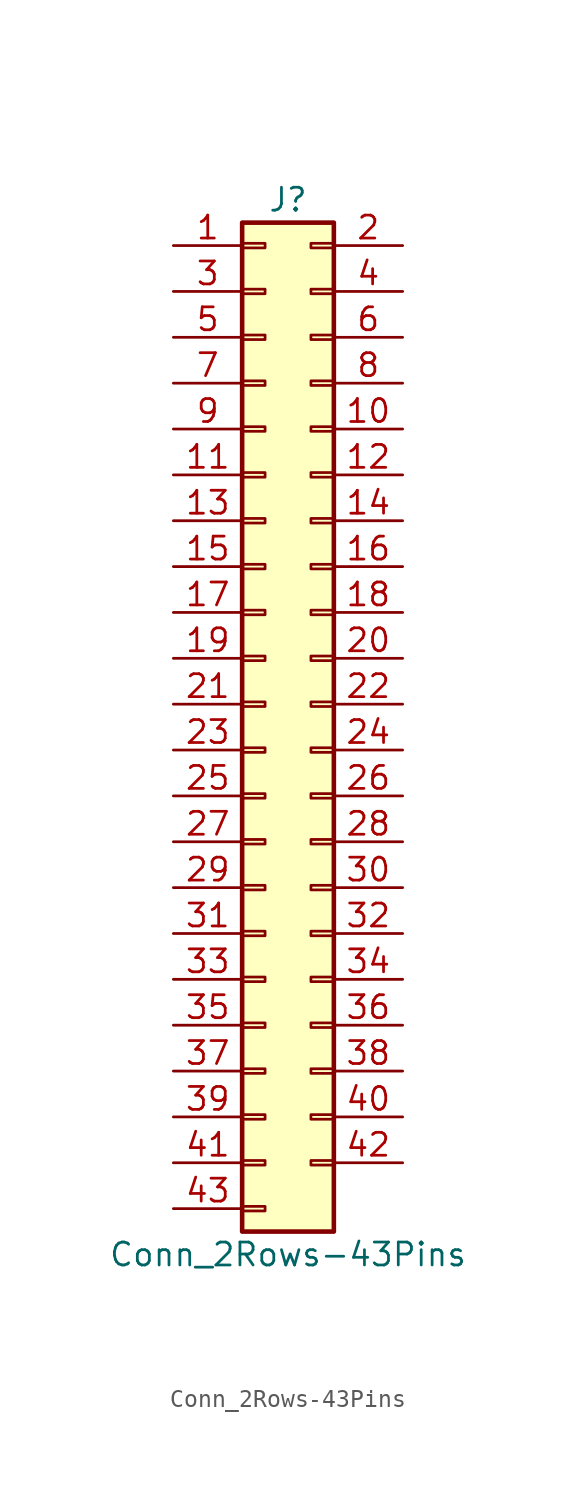
<source format=kicad_sym>
(kicad_symbol_lib
  (version 20220914)
  (generator kicad_symbol_editor)
  (symbol "Conn_2Rows-43Pins"
    (pin_names
      (offset 1.016) hide)
    (property "Reference" "J"
      (at 1.27 27.94 0)
      (effects (font (size 1.27 1.27))))
    (property "Value" "Conn_2Rows-43Pins"
      (at 1.27 -30.48 0)
      (effects (font (size 1.27 1.27))))
    (symbol "Conn_2Rows-43Pins_1_1"
      (rectangle (start -1.27 -27.813) (end 0 -28.067) (stroke (width 0.152) (type default)) (fill (type none)))
      (rectangle (start -1.27 -25.273) (end 0 -25.527) (stroke (width 0.152) (type default)) (fill (type none)))
      (rectangle (start -1.27 -22.733) (end 0 -22.987) (stroke (width 0.152) (type default)) (fill (type none)))
      (rectangle (start -1.27 -20.193) (end 0 -20.447) (stroke (width 0.152) (type default)) (fill (type none)))
      (rectangle (start -1.27 -17.653) (end 0 -17.907) (stroke (width 0.152) (type default)) (fill (type none)))
      (rectangle (start -1.27 -15.113) (end 0 -15.367) (stroke (width 0.152) (type default)) (fill (type none)))
      (rectangle (start -1.27 -12.573) (end 0 -12.827) (stroke (width 0.152) (type default)) (fill (type none)))
      (rectangle (start -1.27 -10.033) (end 0 -10.287) (stroke (width 0.152) (type default)) (fill (type none)))
      (rectangle (start -1.27 -7.493) (end 0 -7.747) (stroke (width 0.152) (type default)) (fill (type none)))
      (rectangle (start -1.27 -4.953) (end 0 -5.207) (stroke (width 0.152) (type default)) (fill (type none)))
      (rectangle (start -1.27 -2.413) (end 0 -2.667) (stroke (width 0.152) (type default)) (fill (type none)))
      (rectangle (start -1.27 0.127) (end 0 -0.127) (stroke (width 0.152) (type default)) (fill (type none)))
      (rectangle (start -1.27 2.667) (end 0 2.413) (stroke (width 0.152) (type default)) (fill (type none)))
      (rectangle (start -1.27 5.207) (end 0 4.953) (stroke (width 0.152) (type default)) (fill (type none)))
      (rectangle (start -1.27 7.747) (end 0 7.493) (stroke (width 0.152) (type default)) (fill (type none)))
      (rectangle (start -1.27 10.287) (end 0 10.033) (stroke (width 0.152) (type default)) (fill (type none)))
      (rectangle (start -1.27 12.827) (end 0 12.573) (stroke (width 0.152) (type default)) (fill (type none)))
      (rectangle (start -1.27 15.367) (end 0 15.113) (stroke (width 0.152) (type default)) (fill (type none)))
      (rectangle (start -1.27 17.907) (end 0 17.653) (stroke (width 0.152) (type default)) (fill (type none)))
      (rectangle (start -1.27 20.447) (end 0 20.193) (stroke (width 0.152) (type default)) (fill (type none)))
      (rectangle (start -1.27 22.987) (end 0 22.733) (stroke (width 0.152) (type default)) (fill (type none)))
      (rectangle (start -1.27 25.527) (end 0 25.273) (stroke (width 0.152) (type default)) (fill (type none)))
      (rectangle (start -1.27 26.67) (end 3.81 -29.21) (stroke (width 0.254) (type default)) (fill (type background)))
      (rectangle (start 3.81 -25.273) (end 2.54 -25.527) (stroke (width 0.152) (type default)) (fill (type none)))
      (rectangle (start 3.81 -22.733) (end 2.54 -22.987) (stroke (width 0.152) (type default)) (fill (type none)))
      (rectangle (start 3.81 -20.193) (end 2.54 -20.447) (stroke (width 0.152) (type default)) (fill (type none)))
      (rectangle (start 3.81 -17.653) (end 2.54 -17.907) (stroke (width 0.152) (type default)) (fill (type none)))
      (rectangle (start 3.81 -15.113) (end 2.54 -15.367) (stroke (width 0.152) (type default)) (fill (type none)))
      (rectangle (start 3.81 -12.573) (end 2.54 -12.827) (stroke (width 0.152) (type default)) (fill (type none)))
      (rectangle (start 3.81 -10.033) (end 2.54 -10.287) (stroke (width 0.152) (type default)) (fill (type none)))
      (rectangle (start 3.81 -7.493) (end 2.54 -7.747) (stroke (width 0.152) (type default)) (fill (type none)))
      (rectangle (start 3.81 -4.953) (end 2.54 -5.207) (stroke (width 0.152) (type default)) (fill (type none)))
      (rectangle (start 3.81 -2.413) (end 2.54 -2.667) (stroke (width 0.152) (type default)) (fill (type none)))
      (rectangle (start 3.81 0.127) (end 2.54 -0.127) (stroke (width 0.152) (type default)) (fill (type none)))
      (rectangle (start 3.81 2.667) (end 2.54 2.413) (stroke (width 0.152) (type default)) (fill (type none)))
      (rectangle (start 3.81 5.207) (end 2.54 4.953) (stroke (width 0.152) (type default)) (fill (type none)))
      (rectangle (start 3.81 7.747) (end 2.54 7.493) (stroke (width 0.152) (type default)) (fill (type none)))
      (rectangle (start 3.81 10.287) (end 2.54 10.033) (stroke (width 0.152) (type default)) (fill (type none)))
      (rectangle (start 3.81 12.827) (end 2.54 12.573) (stroke (width 0.152) (type default)) (fill (type none)))
      (rectangle (start 3.81 15.367) (end 2.54 15.113) (stroke (width 0.152) (type default)) (fill (type none)))
      (rectangle (start 3.81 17.907) (end 2.54 17.653) (stroke (width 0.152) (type default)) (fill (type none)))
      (rectangle (start 3.81 20.447) (end 2.54 20.193) (stroke (width 0.152) (type default)) (fill (type none)))
      (rectangle (start 3.81 22.987) (end 2.54 22.733) (stroke (width 0.152) (type default)) (fill (type none)))
      (rectangle (start 3.81 25.527) (end 2.54 25.273) (stroke (width 0.152) (type default)) (fill (type none)))
      (pin passive line (at -5.08 25.4 0) (length 3.81) (name "Pin_1" (effects (font (size 1.27 1.27)))) (number "1" (effects (font (size 1.27 1.27)))))
      (pin passive line (at 7.62 15.24 180) (length 3.81) (name "Pin_10" (effects (font (size 1.27 1.27)))) (number "10" (effects (font (size 1.27 1.27)))))
      (pin passive line (at -5.08 12.7 0) (length 3.81) (name "Pin_11" (effects (font (size 1.27 1.27)))) (number "11" (effects (font (size 1.27 1.27)))))
      (pin passive line (at 7.62 12.7 180) (length 3.81) (name "Pin_12" (effects (font (size 1.27 1.27)))) (number "12" (effects (font (size 1.27 1.27)))))
      (pin passive line (at -5.08 10.16 0) (length 3.81) (name "Pin_13" (effects (font (size 1.27 1.27)))) (number "13" (effects (font (size 1.27 1.27)))))
      (pin passive line (at 7.62 10.16 180) (length 3.81) (name "Pin_14" (effects (font (size 1.27 1.27)))) (number "14" (effects (font (size 1.27 1.27)))))
      (pin passive line (at -5.08 7.62 0) (length 3.81) (name "Pin_15" (effects (font (size 1.27 1.27)))) (number "15" (effects (font (size 1.27 1.27)))))
      (pin passive line (at 7.62 7.62 180) (length 3.81) (name "Pin_16" (effects (font (size 1.27 1.27)))) (number "16" (effects (font (size 1.27 1.27)))))
      (pin passive line (at -5.08 5.08 0) (length 3.81) (name "Pin_17" (effects (font (size 1.27 1.27)))) (number "17" (effects (font (size 1.27 1.27)))))
      (pin passive line (at 7.62 5.08 180) (length 3.81) (name "Pin_18" (effects (font (size 1.27 1.27)))) (number "18" (effects (font (size 1.27 1.27)))))
      (pin passive line (at -5.08 2.54 0) (length 3.81) (name "Pin_19" (effects (font (size 1.27 1.27)))) (number "19" (effects (font (size 1.27 1.27)))))
      (pin passive line (at 7.62 25.4 180) (length 3.81) (name "Pin_2" (effects (font (size 1.27 1.27)))) (number "2" (effects (font (size 1.27 1.27)))))
      (pin passive line (at 7.62 2.54 180) (length 3.81) (name "Pin_20" (effects (font (size 1.27 1.27)))) (number "20" (effects (font (size 1.27 1.27)))))
      (pin passive line (at -5.08 0 0) (length 3.81) (name "Pin_21" (effects (font (size 1.27 1.27)))) (number "21" (effects (font (size 1.27 1.27)))))
      (pin passive line (at 7.62 0 180) (length 3.81) (name "Pin_22" (effects (font (size 1.27 1.27)))) (number "22" (effects (font (size 1.27 1.27)))))
      (pin passive line (at -5.08 -2.54 0) (length 3.81) (name "Pin_23" (effects (font (size 1.27 1.27)))) (number "23" (effects (font (size 1.27 1.27)))))
      (pin passive line (at 7.62 -2.54 180) (length 3.81) (name "Pin_24" (effects (font (size 1.27 1.27)))) (number "24" (effects (font (size 1.27 1.27)))))
      (pin passive line (at -5.08 -5.08 0) (length 3.81) (name "Pin_25" (effects (font (size 1.27 1.27)))) (number "25" (effects (font (size 1.27 1.27)))))
      (pin passive line (at 7.62 -5.08 180) (length 3.81) (name "Pin_26" (effects (font (size 1.27 1.27)))) (number "26" (effects (font (size 1.27 1.27)))))
      (pin passive line (at -5.08 -7.62 0) (length 3.81) (name "Pin_27" (effects (font (size 1.27 1.27)))) (number "27" (effects (font (size 1.27 1.27)))))
      (pin passive line (at 7.62 -7.62 180) (length 3.81) (name "Pin_28" (effects (font (size 1.27 1.27)))) (number "28" (effects (font (size 1.27 1.27)))))
      (pin passive line (at -5.08 -10.16 0) (length 3.81) (name "Pin_29" (effects (font (size 1.27 1.27)))) (number "29" (effects (font (size 1.27 1.27)))))
      (pin passive line (at -5.08 22.86 0) (length 3.81) (name "Pin_3" (effects (font (size 1.27 1.27)))) (number "3" (effects (font (size 1.27 1.27)))))
      (pin passive line (at 7.62 -10.16 180) (length 3.81) (name "Pin_30" (effects (font (size 1.27 1.27)))) (number "30" (effects (font (size 1.27 1.27)))))
      (pin passive line (at -5.08 -12.7 0) (length 3.81) (name "Pin_31" (effects (font (size 1.27 1.27)))) (number "31" (effects (font (size 1.27 1.27)))))
      (pin passive line (at 7.62 -12.7 180) (length 3.81) (name "Pin_32" (effects (font (size 1.27 1.27)))) (number "32" (effects (font (size 1.27 1.27)))))
      (pin passive line (at -5.08 -15.24 0) (length 3.81) (name "Pin_33" (effects (font (size 1.27 1.27)))) (number "33" (effects (font (size 1.27 1.27)))))
      (pin passive line (at 7.62 -15.24 180) (length 3.81) (name "Pin_34" (effects (font (size 1.27 1.27)))) (number "34" (effects (font (size 1.27 1.27)))))
      (pin passive line (at -5.08 -17.78 0) (length 3.81) (name "Pin_35" (effects (font (size 1.27 1.27)))) (number "35" (effects (font (size 1.27 1.27)))))
      (pin passive line (at 7.62 -17.78 180) (length 3.81) (name "Pin_36" (effects (font (size 1.27 1.27)))) (number "36" (effects (font (size 1.27 1.27)))))
      (pin passive line (at -5.08 -20.32 0) (length 3.81) (name "Pin_37" (effects (font (size 1.27 1.27)))) (number "37" (effects (font (size 1.27 1.27)))))
      (pin passive line (at 7.62 -20.32 180) (length 3.81) (name "Pin_38" (effects (font (size 1.27 1.27)))) (number "38" (effects (font (size 1.27 1.27)))))
      (pin passive line (at -5.08 -22.86 0) (length 3.81) (name "Pin_39" (effects (font (size 1.27 1.27)))) (number "39" (effects (font (size 1.27 1.27)))))
      (pin passive line (at 7.62 22.86 180) (length 3.81) (name "Pin_4" (effects (font (size 1.27 1.27)))) (number "4" (effects (font (size 1.27 1.27)))))
      (pin passive line (at 7.62 -22.86 180) (length 3.81) (name "Pin_40" (effects (font (size 1.27 1.27)))) (number "40" (effects (font (size 1.27 1.27)))))
      (pin passive line (at -5.08 -25.4 0) (length 3.81) (name "Pin_41" (effects (font (size 1.27 1.27)))) (number "41" (effects (font (size 1.27 1.27)))))
      (pin passive line (at 7.62 -25.4 180) (length 3.81) (name "Pin_42" (effects (font (size 1.27 1.27)))) (number "42" (effects (font (size 1.27 1.27)))))
      (pin passive line (at -5.08 -27.94 0) (length 3.81) (name "Pin_43" (effects (font (size 1.27 1.27)))) (number "43" (effects (font (size 1.27 1.27)))))
      (pin passive line (at -5.08 20.32 0) (length 3.81) (name "Pin_5" (effects (font (size 1.27 1.27)))) (number "5" (effects (font (size 1.27 1.27)))))
      (pin passive line (at 7.62 20.32 180) (length 3.81) (name "Pin_6" (effects (font (size 1.27 1.27)))) (number "6" (effects (font (size 1.27 1.27)))))
      (pin passive line (at -5.08 17.78 0) (length 3.81) (name "Pin_7" (effects (font (size 1.27 1.27)))) (number "7" (effects (font (size 1.27 1.27)))))
      (pin passive line (at 7.62 17.78 180) (length 3.81) (name "Pin_8" (effects (font (size 1.27 1.27)))) (number "8" (effects (font (size 1.27 1.27)))))
      (pin passive line (at -5.08 15.24 0) (length 3.81) (name "Pin_9" (effects (font (size 1.27 1.27)))) (number "9" (effects (font (size 1.27 1.27))))))))
</source>
